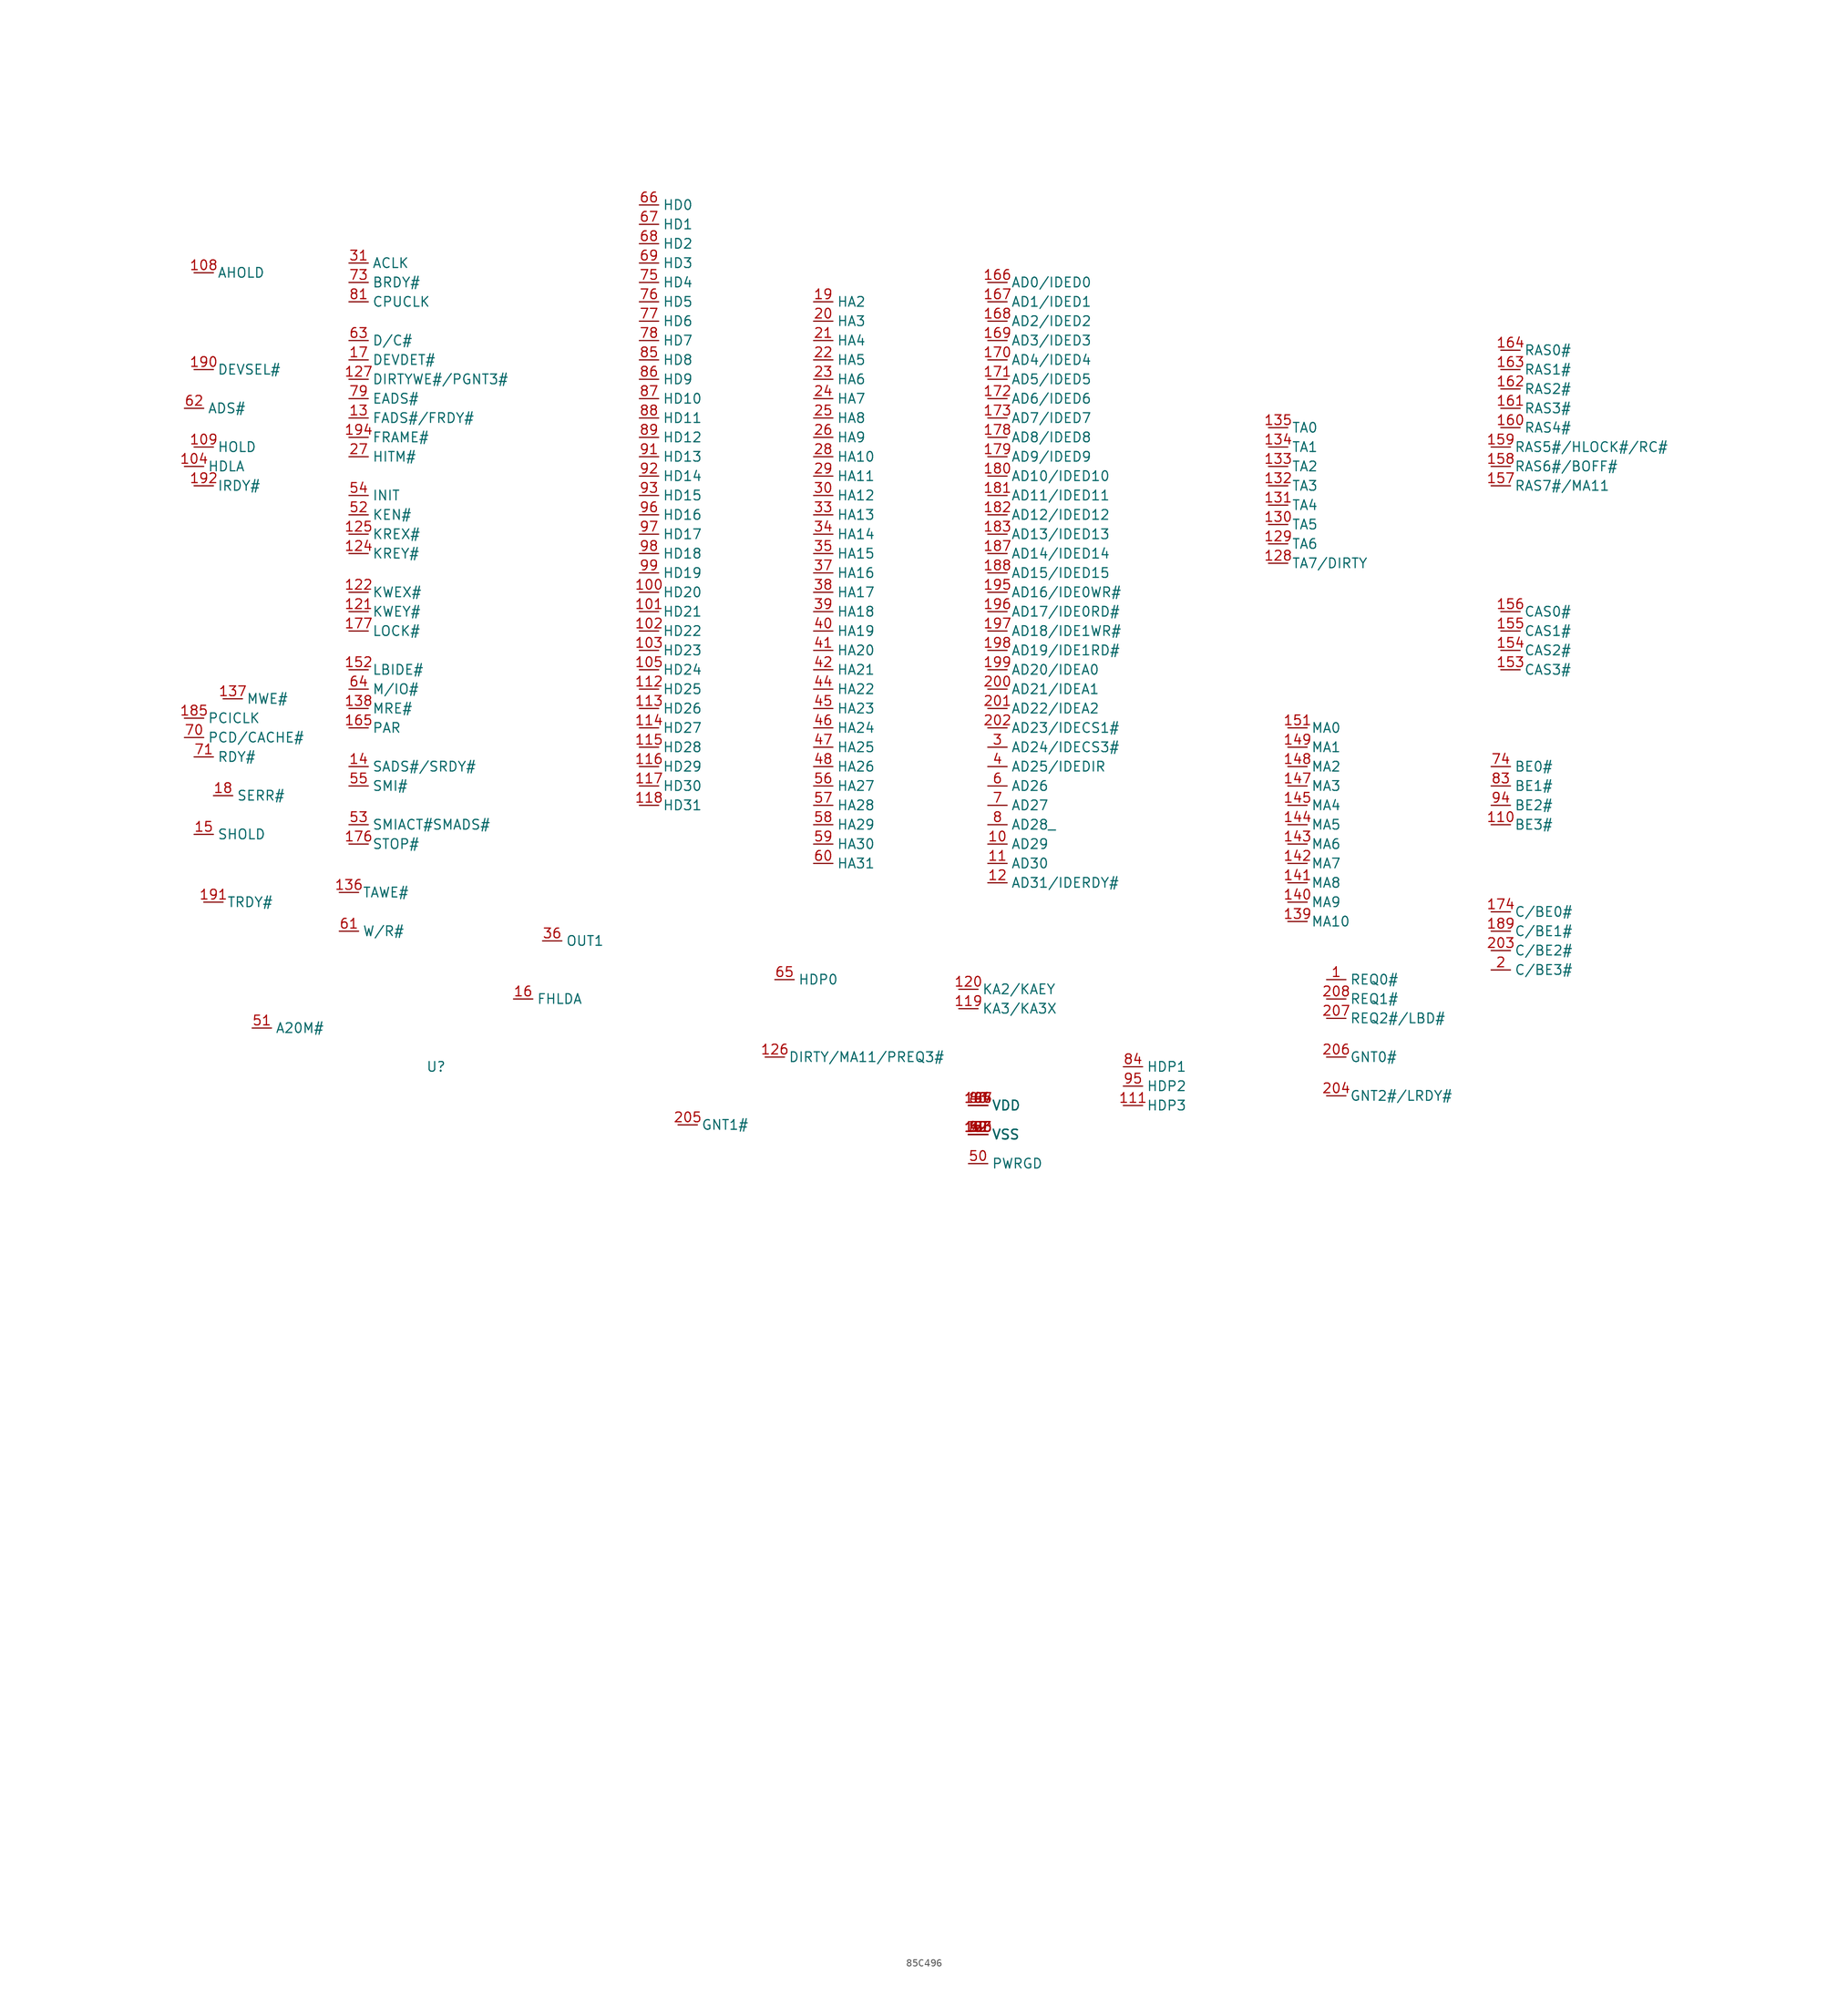
<source format=kicad_sym>
(kicad_symbol_lib
  (version 20241209)
  (generator "kicad_symbol_editor")
  (generator_version "9.0")
  (symbol "85C496"
    (property "Reference" "U"
      (at 33.02 95.25 0)
      (effects (font (size 1.27 1.27))))
    (property "Value" ""
      (at 0 0 0)
      (effects (font (size 1.27 1.27))))
    (symbol "85C496_0_0"
      (pin unspecified line (at 0 181.61 0) (length 2.54) (name "ADS#" (effects (font (size 1.27 1.27)))) (number "62" (effects (font (size 1.27 1.27)))))
      (pin unspecified line (at 0 173.99 0) (length 2.54) (name "HDLA" (effects (font (size 1.27 1.27)))) (number "104" (effects (font (size 1.27 1.27)))))
      (pin unspecified line (at 0 140.97 0) (length 2.54) (name "PCICLK" (effects (font (size 1.27 1.27)))) (number "185" (effects (font (size 1.27 1.27)))))
      (pin unspecified line (at 0 138.43 0) (length 2.54) (name "PCD/CACHE#" (effects (font (size 1.27 1.27)))) (number "70" (effects (font (size 1.27 1.27)))))
      (pin unspecified line (at 1.27 199.39 0) (length 2.54) (name "AHOLD" (effects (font (size 1.27 1.27)))) (number "108" (effects (font (size 1.27 1.27)))))
      (pin unspecified line (at 1.27 186.69 0) (length 2.54) (name "DEVSEL#" (effects (font (size 1.27 1.27)))) (number "190" (effects (font (size 1.27 1.27)))))
      (pin unspecified line (at 1.27 176.53 0) (length 2.54) (name "HOLD" (effects (font (size 1.27 1.27)))) (number "109" (effects (font (size 1.27 1.27)))))
      (pin unspecified line (at 1.27 171.45 0) (length 2.54) (name "IRDY#" (effects (font (size 1.27 1.27)))) (number "192" (effects (font (size 1.27 1.27)))))
      (pin unspecified line (at 1.27 135.89 0) (length 2.54) (name "RDY#" (effects (font (size 1.27 1.27)))) (number "71" (effects (font (size 1.27 1.27)))))
      (pin unspecified line (at 1.27 125.73 0) (length 2.54) (name "SHOLD" (effects (font (size 1.27 1.27)))) (number "15" (effects (font (size 1.27 1.27)))))
      (pin unspecified line (at 2.54 116.84 0) (length 2.54) (name "TRDY#" (effects (font (size 1.27 1.27)))) (number "191" (effects (font (size 1.27 1.27)))))
      (pin unspecified line (at 3.81 130.81 0) (length 2.54) (name "SERR#" (effects (font (size 1.27 1.27)))) (number "18" (effects (font (size 1.27 1.27)))))
      (pin unspecified line (at 5.08 143.51 0) (length 2.54) (name "MWE#" (effects (font (size 1.27 1.27)))) (number "137" (effects (font (size 1.27 1.27)))))
      (pin unspecified line (at 8.89 100.33 0) (length 2.54) (name "A20M#" (effects (font (size 1.27 1.27)))) (number "51" (effects (font (size 1.27 1.27)))))
      (pin unspecified line (at 20.32 118.11 0) (length 2.54) (name "TAWE#" (effects (font (size 1.27 1.27)))) (number "136" (effects (font (size 1.27 1.27)))))
      (pin unspecified line (at 20.32 113.03 0) (length 2.54) (name "W/R#" (effects (font (size 1.27 1.27)))) (number "61" (effects (font (size 1.27 1.27)))))
      (pin unspecified line (at 21.59 200.66 0) (length 2.54) (name "ACLK" (effects (font (size 1.27 1.27)))) (number "31" (effects (font (size 1.27 1.27)))))
      (pin unspecified line (at 21.59 198.12 0) (length 2.54) (name "BRDY#" (effects (font (size 1.27 1.27)))) (number "73" (effects (font (size 1.27 1.27)))))
      (pin unspecified line (at 21.59 195.58 0) (length 2.54) (name "CPUCLK" (effects (font (size 1.27 1.27)))) (number "81" (effects (font (size 1.27 1.27)))))
      (pin unspecified line (at 21.59 190.5 0) (length 2.54) (name "D/C#" (effects (font (size 1.27 1.27)))) (number "63" (effects (font (size 1.27 1.27)))))
      (pin unspecified line (at 21.59 187.96 0) (length 2.54) (name "DEVDET#" (effects (font (size 1.27 1.27)))) (number "17" (effects (font (size 1.27 1.27)))))
      (pin unspecified line (at 21.59 185.42 0) (length 2.54) (name "DIRTYWE#/PGNT3#" (effects (font (size 1.27 1.27)))) (number "127" (effects (font (size 1.27 1.27)))))
      (pin unspecified line (at 21.59 182.88 0) (length 2.54) (name "EADS#" (effects (font (size 1.27 1.27)))) (number "79" (effects (font (size 1.27 1.27)))))
      (pin unspecified line (at 21.59 180.34 0) (length 2.54) (name "FADS#/FRDY#" (effects (font (size 1.27 1.27)))) (number "13" (effects (font (size 1.27 1.27)))))
      (pin unspecified line (at 21.59 177.8 0) (length 2.54) (name "FRAME#" (effects (font (size 1.27 1.27)))) (number "194" (effects (font (size 1.27 1.27)))))
      (pin unspecified line (at 21.59 175.26 0) (length 2.54) (name "HITM#" (effects (font (size 1.27 1.27)))) (number "27" (effects (font (size 1.27 1.27)))))
      (pin unspecified line (at 21.59 170.18 0) (length 2.54) (name "INIT" (effects (font (size 1.27 1.27)))) (number "54" (effects (font (size 1.27 1.27)))))
      (pin unspecified line (at 21.59 167.64 0) (length 2.54) (name "KEN#" (effects (font (size 1.27 1.27)))) (number "52" (effects (font (size 1.27 1.27)))))
      (pin unspecified line (at 21.59 165.1 0) (length 2.54) (name "KREX#" (effects (font (size 1.27 1.27)))) (number "125" (effects (font (size 1.27 1.27)))))
      (pin unspecified line (at 21.59 162.56 0) (length 2.54) (name "KREY#" (effects (font (size 1.27 1.27)))) (number "124" (effects (font (size 1.27 1.27)))))
      (pin unspecified line (at 21.59 157.48 0) (length 2.54) (name "KWEX#" (effects (font (size 1.27 1.27)))) (number "122" (effects (font (size 1.27 1.27)))))
      (pin unspecified line (at 21.59 154.94 0) (length 2.54) (name "KWEY#" (effects (font (size 1.27 1.27)))) (number "121" (effects (font (size 1.27 1.27)))))
      (pin unspecified line (at 21.59 152.4 0) (length 2.54) (name "LOCK#" (effects (font (size 1.27 1.27)))) (number "177" (effects (font (size 1.27 1.27)))))
      (pin unspecified line (at 21.59 147.32 0) (length 2.54) (name "LBIDE#" (effects (font (size 1.27 1.27)))) (number "152" (effects (font (size 1.27 1.27)))))
      (pin unspecified line (at 21.59 144.78 0) (length 2.54) (name "M/IO#" (effects (font (size 1.27 1.27)))) (number "64" (effects (font (size 1.27 1.27)))))
      (pin unspecified line (at 21.59 142.24 0) (length 2.54) (name "MRE#" (effects (font (size 1.27 1.27)))) (number "138" (effects (font (size 1.27 1.27)))))
      (pin unspecified line (at 21.59 139.7 0) (length 2.54) (name "PAR" (effects (font (size 1.27 1.27)))) (number "165" (effects (font (size 1.27 1.27)))))
      (pin unspecified line (at 21.59 134.62 0) (length 2.54) (name "SADS#/SRDY#" (effects (font (size 1.27 1.27)))) (number "14" (effects (font (size 1.27 1.27)))))
      (pin unspecified line (at 21.59 132.08 0) (length 2.54) (name "SMI#" (effects (font (size 1.27 1.27)))) (number "55" (effects (font (size 1.27 1.27)))))
      (pin unspecified line (at 21.59 127 0) (length 2.54) (name "SMIACT#SMADS#" (effects (font (size 1.27 1.27)))) (number "53" (effects (font (size 1.27 1.27)))))
      (pin unspecified line (at 21.59 124.46 0) (length 2.54) (name "STOP#" (effects (font (size 1.27 1.27)))) (number "176" (effects (font (size 1.27 1.27)))))
      (pin unspecified line (at 43.18 104.14 0) (length 2.54) (name "FHLDA" (effects (font (size 1.27 1.27)))) (number "16" (effects (font (size 1.27 1.27)))))
      (pin unspecified line (at 46.99 111.76 0) (length 2.54) (name "OUT1" (effects (font (size 1.27 1.27)))) (number "36" (effects (font (size 1.27 1.27)))))
      (pin unspecified line (at 59.69 208.28 0) (length 2.54) (name "HD0" (effects (font (size 1.27 1.27)))) (number "66" (effects (font (size 1.27 1.27)))))
      (pin unspecified line (at 59.69 205.74 0) (length 2.54) (name "HD1" (effects (font (size 1.27 1.27)))) (number "67" (effects (font (size 1.27 1.27)))))
      (pin unspecified line (at 59.69 203.2 0) (length 2.54) (name "HD2" (effects (font (size 1.27 1.27)))) (number "68" (effects (font (size 1.27 1.27)))))
      (pin unspecified line (at 59.69 200.66 0) (length 2.54) (name "HD3" (effects (font (size 1.27 1.27)))) (number "69" (effects (font (size 1.27 1.27)))))
      (pin unspecified line (at 59.69 198.12 0) (length 2.54) (name "HD4" (effects (font (size 1.27 1.27)))) (number "75" (effects (font (size 1.27 1.27)))))
      (pin unspecified line (at 59.69 195.58 0) (length 2.54) (name "HD5" (effects (font (size 1.27 1.27)))) (number "76" (effects (font (size 1.27 1.27)))))
      (pin unspecified line (at 59.69 193.04 0) (length 2.54) (name "HD6" (effects (font (size 1.27 1.27)))) (number "77" (effects (font (size 1.27 1.27)))))
      (pin unspecified line (at 59.69 190.5 0) (length 2.54) (name "HD7" (effects (font (size 1.27 1.27)))) (number "78" (effects (font (size 1.27 1.27)))))
      (pin unspecified line (at 59.69 187.96 0) (length 2.54) (name "HD8" (effects (font (size 1.27 1.27)))) (number "85" (effects (font (size 1.27 1.27)))))
      (pin unspecified line (at 59.69 185.42 0) (length 2.54) (name "HD9" (effects (font (size 1.27 1.27)))) (number "86" (effects (font (size 1.27 1.27)))))
      (pin unspecified line (at 59.69 182.88 0) (length 2.54) (name "HD10" (effects (font (size 1.27 1.27)))) (number "87" (effects (font (size 1.27 1.27)))))
      (pin unspecified line (at 59.69 180.34 0) (length 2.54) (name "HD11" (effects (font (size 1.27 1.27)))) (number "88" (effects (font (size 1.27 1.27)))))
      (pin unspecified line (at 59.69 177.8 0) (length 2.54) (name "HD12" (effects (font (size 1.27 1.27)))) (number "89" (effects (font (size 1.27 1.27)))))
      (pin unspecified line (at 59.69 175.26 0) (length 2.54) (name "HD13" (effects (font (size 1.27 1.27)))) (number "91" (effects (font (size 1.27 1.27)))))
      (pin unspecified line (at 59.69 172.72 0) (length 2.54) (name "HD14" (effects (font (size 1.27 1.27)))) (number "92" (effects (font (size 1.27 1.27)))))
      (pin unspecified line (at 59.69 170.18 0) (length 2.54) (name "HD15" (effects (font (size 1.27 1.27)))) (number "93" (effects (font (size 1.27 1.27)))))
      (pin unspecified line (at 59.69 167.64 0) (length 2.54) (name "HD16" (effects (font (size 1.27 1.27)))) (number "96" (effects (font (size 1.27 1.27)))))
      (pin unspecified line (at 59.69 165.1 0) (length 2.54) (name "HD17" (effects (font (size 1.27 1.27)))) (number "97" (effects (font (size 1.27 1.27)))))
      (pin unspecified line (at 59.69 162.56 0) (length 2.54) (name "HD18" (effects (font (size 1.27 1.27)))) (number "98" (effects (font (size 1.27 1.27)))))
      (pin unspecified line (at 59.69 160.02 0) (length 2.54) (name "HD19" (effects (font (size 1.27 1.27)))) (number "99" (effects (font (size 1.27 1.27)))))
      (pin unspecified line (at 59.69 157.48 0) (length 2.54) (name "HD20" (effects (font (size 1.27 1.27)))) (number "100" (effects (font (size 1.27 1.27)))))
      (pin unspecified line (at 59.69 154.94 0) (length 2.54) (name "HD21" (effects (font (size 1.27 1.27)))) (number "101" (effects (font (size 1.27 1.27)))))
      (pin unspecified line (at 59.69 152.4 0) (length 2.54) (name "HD22" (effects (font (size 1.27 1.27)))) (number "102" (effects (font (size 1.27 1.27)))))
      (pin unspecified line (at 59.69 149.86 0) (length 2.54) (name "HD23" (effects (font (size 1.27 1.27)))) (number "103" (effects (font (size 1.27 1.27)))))
      (pin unspecified line (at 59.69 147.32 0) (length 2.54) (name "HD24" (effects (font (size 1.27 1.27)))) (number "105" (effects (font (size 1.27 1.27)))))
      (pin unspecified line (at 59.69 144.78 0) (length 2.54) (name "HD25" (effects (font (size 1.27 1.27)))) (number "112" (effects (font (size 1.27 1.27)))))
      (pin unspecified line (at 59.69 142.24 0) (length 2.54) (name "HD26" (effects (font (size 1.27 1.27)))) (number "113" (effects (font (size 1.27 1.27)))))
      (pin unspecified line (at 59.69 139.7 0) (length 2.54) (name "HD27" (effects (font (size 1.27 1.27)))) (number "114" (effects (font (size 1.27 1.27)))))
      (pin unspecified line (at 59.69 137.16 0) (length 2.54) (name "HD28" (effects (font (size 1.27 1.27)))) (number "115" (effects (font (size 1.27 1.27)))))
      (pin unspecified line (at 59.69 134.62 0) (length 2.54) (name "HD29" (effects (font (size 1.27 1.27)))) (number "116" (effects (font (size 1.27 1.27)))))
      (pin unspecified line (at 59.69 132.08 0) (length 2.54) (name "HD30" (effects (font (size 1.27 1.27)))) (number "117" (effects (font (size 1.27 1.27)))))
      (pin unspecified line (at 59.69 129.54 0) (length 2.54) (name "HD31" (effects (font (size 1.27 1.27)))) (number "118" (effects (font (size 1.27 1.27)))))
      (pin unspecified line (at 64.77 87.63 0) (length 2.54) (name "GNT1#" (effects (font (size 1.27 1.27)))) (number "205" (effects (font (size 1.27 1.27)))))
      (pin unspecified line (at 76.2 96.52 0) (length 2.54) (name "DIRTY/MA11/PREQ3#" (effects (font (size 1.27 1.27)))) (number "126" (effects (font (size 1.27 1.27)))))
      (pin unspecified line (at 77.47 106.68 0) (length 2.54) (name "HDP0" (effects (font (size 1.27 1.27)))) (number "65" (effects (font (size 1.27 1.27)))))
      (pin unspecified line (at 82.55 195.58 0) (length 2.54) (name "HA2" (effects (font (size 1.27 1.27)))) (number "19" (effects (font (size 1.27 1.27)))))
      (pin unspecified line (at 82.55 193.04 0) (length 2.54) (name "HA3" (effects (font (size 1.27 1.27)))) (number "20" (effects (font (size 1.27 1.27)))))
      (pin unspecified line (at 82.55 190.5 0) (length 2.54) (name "HA4" (effects (font (size 1.27 1.27)))) (number "21" (effects (font (size 1.27 1.27)))))
      (pin unspecified line (at 82.55 187.96 0) (length 2.54) (name "HA5" (effects (font (size 1.27 1.27)))) (number "22" (effects (font (size 1.27 1.27)))))
      (pin unspecified line (at 82.55 185.42 0) (length 2.54) (name "HA6" (effects (font (size 1.27 1.27)))) (number "23" (effects (font (size 1.27 1.27)))))
      (pin unspecified line (at 82.55 182.88 0) (length 2.54) (name "HA7" (effects (font (size 1.27 1.27)))) (number "24" (effects (font (size 1.27 1.27)))))
      (pin unspecified line (at 82.55 180.34 0) (length 2.54) (name "HA8" (effects (font (size 1.27 1.27)))) (number "25" (effects (font (size 1.27 1.27)))))
      (pin unspecified line (at 82.55 177.8 0) (length 2.54) (name "HA9" (effects (font (size 1.27 1.27)))) (number "26" (effects (font (size 1.27 1.27)))))
      (pin unspecified line (at 82.55 175.26 0) (length 2.54) (name "HA10" (effects (font (size 1.27 1.27)))) (number "28" (effects (font (size 1.27 1.27)))))
      (pin unspecified line (at 82.55 172.72 0) (length 2.54) (name "HA11" (effects (font (size 1.27 1.27)))) (number "29" (effects (font (size 1.27 1.27)))))
      (pin unspecified line (at 82.55 170.18 0) (length 2.54) (name "HA12" (effects (font (size 1.27 1.27)))) (number "30" (effects (font (size 1.27 1.27)))))
      (pin unspecified line (at 82.55 167.64 0) (length 2.54) (name "HA13" (effects (font (size 1.27 1.27)))) (number "33" (effects (font (size 1.27 1.27)))))
      (pin unspecified line (at 82.55 165.1 0) (length 2.54) (name "HA14" (effects (font (size 1.27 1.27)))) (number "34" (effects (font (size 1.27 1.27)))))
      (pin unspecified line (at 82.55 162.56 0) (length 2.54) (name "HA15" (effects (font (size 1.27 1.27)))) (number "35" (effects (font (size 1.27 1.27)))))
      (pin unspecified line (at 82.55 160.02 0) (length 2.54) (name "HA16" (effects (font (size 1.27 1.27)))) (number "37" (effects (font (size 1.27 1.27)))))
      (pin unspecified line (at 82.55 157.48 0) (length 2.54) (name "HA17" (effects (font (size 1.27 1.27)))) (number "38" (effects (font (size 1.27 1.27)))))
      (pin unspecified line (at 82.55 154.94 0) (length 2.54) (name "HA18" (effects (font (size 1.27 1.27)))) (number "39" (effects (font (size 1.27 1.27)))))
      (pin unspecified line (at 82.55 152.4 0) (length 2.54) (name "HA19" (effects (font (size 1.27 1.27)))) (number "40" (effects (font (size 1.27 1.27)))))
      (pin unspecified line (at 82.55 149.86 0) (length 2.54) (name "HA20" (effects (font (size 1.27 1.27)))) (number "41" (effects (font (size 1.27 1.27)))))
      (pin unspecified line (at 82.55 147.32 0) (length 2.54) (name "HA21" (effects (font (size 1.27 1.27)))) (number "42" (effects (font (size 1.27 1.27)))))
      (pin unspecified line (at 82.55 144.78 0) (length 2.54) (name "HA22" (effects (font (size 1.27 1.27)))) (number "44" (effects (font (size 1.27 1.27)))))
      (pin unspecified line (at 82.55 142.24 0) (length 2.54) (name "HA23" (effects (font (size 1.27 1.27)))) (number "45" (effects (font (size 1.27 1.27)))))
      (pin unspecified line (at 82.55 139.7 0) (length 2.54) (name "HA24" (effects (font (size 1.27 1.27)))) (number "46" (effects (font (size 1.27 1.27)))))
      (pin unspecified line (at 82.55 137.16 0) (length 2.54) (name "HA25" (effects (font (size 1.27 1.27)))) (number "47" (effects (font (size 1.27 1.27)))))
      (pin unspecified line (at 82.55 134.62 0) (length 2.54) (name "HA26" (effects (font (size 1.27 1.27)))) (number "48" (effects (font (size 1.27 1.27)))))
      (pin unspecified line (at 82.55 132.08 0) (length 2.54) (name "HA27" (effects (font (size 1.27 1.27)))) (number "56" (effects (font (size 1.27 1.27)))))
      (pin unspecified line (at 82.55 129.54 0) (length 2.54) (name "HA28" (effects (font (size 1.27 1.27)))) (number "57" (effects (font (size 1.27 1.27)))))
      (pin unspecified line (at 82.55 127 0) (length 2.54) (name "HA29" (effects (font (size 1.27 1.27)))) (number "58" (effects (font (size 1.27 1.27)))))
      (pin unspecified line (at 82.55 124.46 0) (length 2.54) (name "HA30" (effects (font (size 1.27 1.27)))) (number "59" (effects (font (size 1.27 1.27)))))
      (pin unspecified line (at 82.55 121.92 0) (length 2.54) (name "HA31" (effects (font (size 1.27 1.27)))) (number "60" (effects (font (size 1.27 1.27)))))
      (pin unspecified line (at 101.6 105.41 0) (length 2.54) (name "KA2/KAEY" (effects (font (size 1.27 1.27)))) (number "120" (effects (font (size 1.27 1.27)))))
      (pin unspecified line (at 101.6 102.87 0) (length 2.54) (name "KA3/KA3X" (effects (font (size 1.27 1.27)))) (number "119" (effects (font (size 1.27 1.27)))))
      (pin unspecified line (at 102.87 90.17 0) (length 2.54) (name "VDD" (effects (font (size 1.27 1.27)))) (number "107" (effects (font (size 1.27 1.27)))))
      (pin unspecified line (at 102.87 90.17 0) (length 2.54) (name "VDD" (effects (font (size 1.27 1.27)))) (number "146" (effects (font (size 1.27 1.27)))))
      (pin unspecified line (at 102.87 90.17 0) (length 2.54) (name "VDD" (effects (font (size 1.27 1.27)))) (number "184" (effects (font (size 1.27 1.27)))))
      (pin unspecified line (at 102.87 90.17 0) (length 2.54) (name "VDD" (effects (font (size 1.27 1.27)))) (number "43" (effects (font (size 1.27 1.27)))))
      (pin unspecified line (at 102.87 90.17 0) (length 2.54) (name "VDD" (effects (font (size 1.27 1.27)))) (number "80" (effects (font (size 1.27 1.27)))))
      (pin unspecified line (at 102.87 90.17 0) (length 2.54) (name "VDD" (effects (font (size 1.27 1.27)))) (number "9" (effects (font (size 1.27 1.27)))))
      (pin unspecified line (at 102.87 86.36 0) (length 2.54) (name "VSS" (effects (font (size 1.27 1.27)))) (number "106" (effects (font (size 1.27 1.27)))))
      (pin unspecified line (at 102.87 86.36 0) (length 2.54) (name "VSS" (effects (font (size 1.27 1.27)))) (number "123" (effects (font (size 1.27 1.27)))))
      (pin unspecified line (at 102.87 86.36 0) (length 2.54) (name "VSS" (effects (font (size 1.27 1.27)))) (number "150" (effects (font (size 1.27 1.27)))))
      (pin unspecified line (at 102.87 86.36 0) (length 2.54) (name "VSS" (effects (font (size 1.27 1.27)))) (number "175" (effects (font (size 1.27 1.27)))))
      (pin unspecified line (at 102.87 86.36 0) (length 2.54) (name "VSS" (effects (font (size 1.27 1.27)))) (number "186" (effects (font (size 1.27 1.27)))))
      (pin unspecified line (at 102.87 86.36 0) (length 2.54) (name "VSS" (effects (font (size 1.27 1.27)))) (number "193" (effects (font (size 1.27 1.27)))))
      (pin unspecified line (at 102.87 86.36 0) (length 2.54) (name "VSS" (effects (font (size 1.27 1.27)))) (number "32" (effects (font (size 1.27 1.27)))))
      (pin unspecified line (at 102.87 86.36 0) (length 2.54) (name "VSS" (effects (font (size 1.27 1.27)))) (number "49" (effects (font (size 1.27 1.27)))))
      (pin unspecified line (at 102.87 86.36 0) (length 2.54) (name "VSS" (effects (font (size 1.27 1.27)))) (number "5" (effects (font (size 1.27 1.27)))))
      (pin unspecified line (at 102.87 86.36 0) (length 2.54) (name "VSS" (effects (font (size 1.27 1.27)))) (number "72" (effects (font (size 1.27 1.27)))))
      (pin unspecified line (at 102.87 86.36 0) (length 2.54) (name "VSS" (effects (font (size 1.27 1.27)))) (number "82" (effects (font (size 1.27 1.27)))))
      (pin unspecified line (at 102.87 86.36 0) (length 2.54) (name "VSS" (effects (font (size 1.27 1.27)))) (number "90" (effects (font (size 1.27 1.27)))))
      (pin unspecified line (at 102.87 82.55 0) (length 2.54) (name "PWRGD" (effects (font (size 1.27 1.27)))) (number "50" (effects (font (size 1.27 1.27)))))
      (pin unspecified line (at 105.41 198.12 0) (length 2.54) (name "AD0/IDED0" (effects (font (size 1.27 1.27)))) (number "166" (effects (font (size 1.27 1.27)))))
      (pin unspecified line (at 105.41 195.58 0) (length 2.54) (name "AD1/IDED1" (effects (font (size 1.27 1.27)))) (number "167" (effects (font (size 1.27 1.27)))))
      (pin unspecified line (at 105.41 193.04 0) (length 2.54) (name "AD2/IDED2" (effects (font (size 1.27 1.27)))) (number "168" (effects (font (size 1.27 1.27)))))
      (pin unspecified line (at 105.41 190.5 0) (length 2.54) (name "AD3/IDED3" (effects (font (size 1.27 1.27)))) (number "169" (effects (font (size 1.27 1.27)))))
      (pin unspecified line (at 105.41 187.96 0) (length 2.54) (name "AD4/IDED4" (effects (font (size 1.27 1.27)))) (number "170" (effects (font (size 1.27 1.27)))))
      (pin unspecified line (at 105.41 185.42 0) (length 2.54) (name "AD5/IDED5" (effects (font (size 1.27 1.27)))) (number "171" (effects (font (size 1.27 1.27)))))
      (pin unspecified line (at 105.41 182.88 0) (length 2.54) (name "AD6/IDED6" (effects (font (size 1.27 1.27)))) (number "172" (effects (font (size 1.27 1.27)))))
      (pin unspecified line (at 105.41 180.34 0) (length 2.54) (name "AD7/IDED7" (effects (font (size 1.27 1.27)))) (number "173" (effects (font (size 1.27 1.27)))))
      (pin unspecified line (at 105.41 177.8 0) (length 2.54) (name "AD8/IDED8" (effects (font (size 1.27 1.27)))) (number "178" (effects (font (size 1.27 1.27)))))
      (pin unspecified line (at 105.41 175.26 0) (length 2.54) (name "AD9/IDED9" (effects (font (size 1.27 1.27)))) (number "179" (effects (font (size 1.27 1.27)))))
      (pin unspecified line (at 105.41 172.72 0) (length 2.54) (name "AD10/IDED10" (effects (font (size 1.27 1.27)))) (number "180" (effects (font (size 1.27 1.27)))))
      (pin unspecified line (at 105.41 170.18 0) (length 2.54) (name "AD11/IDED11" (effects (font (size 1.27 1.27)))) (number "181" (effects (font (size 1.27 1.27)))))
      (pin unspecified line (at 105.41 167.64 0) (length 2.54) (name "AD12/IDED12" (effects (font (size 1.27 1.27)))) (number "182" (effects (font (size 1.27 1.27)))))
      (pin unspecified line (at 105.41 165.1 0) (length 2.54) (name "AD13/IDED13" (effects (font (size 1.27 1.27)))) (number "183" (effects (font (size 1.27 1.27)))))
      (pin unspecified line (at 105.41 162.56 0) (length 2.54) (name "AD14/IDED14" (effects (font (size 1.27 1.27)))) (number "187" (effects (font (size 1.27 1.27)))))
      (pin unspecified line (at 105.41 160.02 0) (length 2.54) (name "AD15/IDED15" (effects (font (size 1.27 1.27)))) (number "188" (effects (font (size 1.27 1.27)))))
      (pin unspecified line (at 105.41 157.48 0) (length 2.54) (name "AD16/IDE0WR#" (effects (font (size 1.27 1.27)))) (number "195" (effects (font (size 1.27 1.27)))))
      (pin unspecified line (at 105.41 154.94 0) (length 2.54) (name "AD17/IDE0RD#" (effects (font (size 1.27 1.27)))) (number "196" (effects (font (size 1.27 1.27)))))
      (pin unspecified line (at 105.41 152.4 0) (length 2.54) (name "AD18/IDE1WR#" (effects (font (size 1.27 1.27)))) (number "197" (effects (font (size 1.27 1.27)))))
      (pin unspecified line (at 105.41 149.86 0) (length 2.54) (name "AD19/IDE1RD#" (effects (font (size 1.27 1.27)))) (number "198" (effects (font (size 1.27 1.27)))))
      (pin unspecified line (at 105.41 147.32 0) (length 2.54) (name "AD20/IDEA0" (effects (font (size 1.27 1.27)))) (number "199" (effects (font (size 1.27 1.27)))))
      (pin unspecified line (at 105.41 144.78 0) (length 2.54) (name "AD21/IDEA1" (effects (font (size 1.27 1.27)))) (number "200" (effects (font (size 1.27 1.27)))))
      (pin unspecified line (at 105.41 142.24 0) (length 2.54) (name "AD22/IDEA2" (effects (font (size 1.27 1.27)))) (number "201" (effects (font (size 1.27 1.27)))))
      (pin unspecified line (at 105.41 139.7 0) (length 2.54) (name "AD23/IDECS1#" (effects (font (size 1.27 1.27)))) (number "202" (effects (font (size 1.27 1.27)))))
      (pin unspecified line (at 105.41 137.16 0) (length 2.54) (name "AD24/IDECS3#" (effects (font (size 1.27 1.27)))) (number "3" (effects (font (size 1.27 1.27)))))
      (pin unspecified line (at 105.41 134.62 0) (length 2.54) (name "AD25/IDEDIR" (effects (font (size 1.27 1.27)))) (number "4" (effects (font (size 1.27 1.27)))))
      (pin unspecified line (at 105.41 132.08 0) (length 2.54) (name "AD26" (effects (font (size 1.27 1.27)))) (number "6" (effects (font (size 1.27 1.27)))))
      (pin unspecified line (at 105.41 129.54 0) (length 2.54) (name "AD27" (effects (font (size 1.27 1.27)))) (number "7" (effects (font (size 1.27 1.27)))))
      (pin unspecified line (at 105.41 127 0) (length 2.54) (name "AD28_" (effects (font (size 1.27 1.27)))) (number "8" (effects (font (size 1.27 1.27)))))
      (pin unspecified line (at 105.41 124.46 0) (length 2.54) (name "AD29" (effects (font (size 1.27 1.27)))) (number "10" (effects (font (size 1.27 1.27)))))
      (pin unspecified line (at 105.41 121.92 0) (length 2.54) (name "AD30" (effects (font (size 1.27 1.27)))) (number "11" (effects (font (size 1.27 1.27)))))
      (pin unspecified line (at 105.41 119.38 0) (length 2.54) (name "AD31/IDERDY#" (effects (font (size 1.27 1.27)))) (number "12" (effects (font (size 1.27 1.27)))))
      (pin unspecified line (at 123.19 95.25 0) (length 2.54) (name "HDP1" (effects (font (size 1.27 1.27)))) (number "84" (effects (font (size 1.27 1.27)))))
      (pin unspecified line (at 123.19 92.71 0) (length 2.54) (name "HDP2" (effects (font (size 1.27 1.27)))) (number "95" (effects (font (size 1.27 1.27)))))
      (pin unspecified line (at 123.19 90.17 0) (length 2.54) (name "HDP3" (effects (font (size 1.27 1.27)))) (number "111" (effects (font (size 1.27 1.27)))))
      (pin unspecified line (at 142.24 179.07 0) (length 2.54) (name "TA0" (effects (font (size 1.27 1.27)))) (number "135" (effects (font (size 1.27 1.27)))))
      (pin unspecified line (at 142.24 176.53 0) (length 2.54) (name "TA1" (effects (font (size 1.27 1.27)))) (number "134" (effects (font (size 1.27 1.27)))))
      (pin unspecified line (at 142.24 173.99 0) (length 2.54) (name "TA2" (effects (font (size 1.27 1.27)))) (number "133" (effects (font (size 1.27 1.27)))))
      (pin unspecified line (at 142.24 171.45 0) (length 2.54) (name "TA3" (effects (font (size 1.27 1.27)))) (number "132" (effects (font (size 1.27 1.27)))))
      (pin unspecified line (at 142.24 168.91 0) (length 2.54) (name "TA4" (effects (font (size 1.27 1.27)))) (number "131" (effects (font (size 1.27 1.27)))))
      (pin unspecified line (at 142.24 166.37 0) (length 2.54) (name "TA5" (effects (font (size 1.27 1.27)))) (number "130" (effects (font (size 1.27 1.27)))))
      (pin unspecified line (at 142.24 163.83 0) (length 2.54) (name "TA6" (effects (font (size 1.27 1.27)))) (number "129" (effects (font (size 1.27 1.27)))))
      (pin unspecified line (at 142.24 161.29 0) (length 2.54) (name "TA7/DIRTY" (effects (font (size 1.27 1.27)))) (number "128" (effects (font (size 1.27 1.27)))))
      (pin unspecified line (at 144.78 139.7 0) (length 2.54) (name "MA0" (effects (font (size 1.27 1.27)))) (number "151" (effects (font (size 1.27 1.27)))))
      (pin unspecified line (at 144.78 137.16 0) (length 2.54) (name "MA1" (effects (font (size 1.27 1.27)))) (number "149" (effects (font (size 1.27 1.27)))))
      (pin unspecified line (at 144.78 134.62 0) (length 2.54) (name "MA2" (effects (font (size 1.27 1.27)))) (number "148" (effects (font (size 1.27 1.27)))))
      (pin unspecified line (at 144.78 132.08 0) (length 2.54) (name "MA3" (effects (font (size 1.27 1.27)))) (number "147" (effects (font (size 1.27 1.27)))))
      (pin unspecified line (at 144.78 129.54 0) (length 2.54) (name "MA4" (effects (font (size 1.27 1.27)))) (number "145" (effects (font (size 1.27 1.27)))))
      (pin unspecified line (at 144.78 127 0) (length 2.54) (name "MA5" (effects (font (size 1.27 1.27)))) (number "144" (effects (font (size 1.27 1.27)))))
      (pin unspecified line (at 144.78 124.46 0) (length 2.54) (name "MA6" (effects (font (size 1.27 1.27)))) (number "143" (effects (font (size 1.27 1.27)))))
      (pin unspecified line (at 144.78 121.92 0) (length 2.54) (name "MA7" (effects (font (size 1.27 1.27)))) (number "142" (effects (font (size 1.27 1.27)))))
      (pin unspecified line (at 144.78 119.38 0) (length 2.54) (name "MA8" (effects (font (size 1.27 1.27)))) (number "141" (effects (font (size 1.27 1.27)))))
      (pin unspecified line (at 144.78 116.84 0) (length 2.54) (name "MA9" (effects (font (size 1.27 1.27)))) (number "140" (effects (font (size 1.27 1.27)))))
      (pin unspecified line (at 144.78 114.3 0) (length 2.54) (name "MA10" (effects (font (size 1.27 1.27)))) (number "139" (effects (font (size 1.27 1.27)))))
      (pin unspecified line (at 149.86 106.68 0) (length 2.54) (name "REQ0#" (effects (font (size 1.27 1.27)))) (number "1" (effects (font (size 1.27 1.27)))))
      (pin unspecified line (at 149.86 104.14 0) (length 2.54) (name "REQ1#" (effects (font (size 1.27 1.27)))) (number "208" (effects (font (size 1.27 1.27)))))
      (pin unspecified line (at 149.86 101.6 0) (length 2.54) (name "REQ2#/LBD#" (effects (font (size 1.27 1.27)))) (number "207" (effects (font (size 1.27 1.27)))))
      (pin unspecified line (at 149.86 96.52 0) (length 2.54) (name "GNT0#" (effects (font (size 1.27 1.27)))) (number "206" (effects (font (size 1.27 1.27)))))
      (pin unspecified line (at 149.86 91.44 0) (length 2.54) (name "GNT2#/LRDY#" (effects (font (size 1.27 1.27)))) (number "204" (effects (font (size 1.27 1.27)))))
      (pin unspecified line (at 171.45 176.53 0) (length 2.54) (name "RAS5#/HLOCK#/RC#" (effects (font (size 1.27 1.27)))) (number "159" (effects (font (size 1.27 1.27)))))
      (pin unspecified line (at 171.45 173.99 0) (length 2.54) (name "RAS6#/BOFF#" (effects (font (size 1.27 1.27)))) (number "158" (effects (font (size 1.27 1.27)))))
      (pin unspecified line (at 171.45 171.45 0) (length 2.54) (name "RAS7#/MA11" (effects (font (size 1.27 1.27)))) (number "157" (effects (font (size 1.27 1.27)))))
      (pin unspecified line (at 171.45 134.62 0) (length 2.54) (name "BE0#" (effects (font (size 1.27 1.27)))) (number "74" (effects (font (size 1.27 1.27)))))
      (pin unspecified line (at 171.45 132.08 0) (length 2.54) (name "BE1#" (effects (font (size 1.27 1.27)))) (number "83" (effects (font (size 1.27 1.27)))))
      (pin unspecified line (at 171.45 129.54 0) (length 2.54) (name "BE2#" (effects (font (size 1.27 1.27)))) (number "94" (effects (font (size 1.27 1.27)))))
      (pin unspecified line (at 171.45 127 0) (length 2.54) (name "BE3#" (effects (font (size 1.27 1.27)))) (number "110" (effects (font (size 1.27 1.27)))))
      (pin unspecified line (at 171.45 115.57 0) (length 2.54) (name "C/BE0#" (effects (font (size 1.27 1.27)))) (number "174" (effects (font (size 1.27 1.27)))))
      (pin unspecified line (at 171.45 113.03 0) (length 2.54) (name "C/BE1#" (effects (font (size 1.27 1.27)))) (number "189" (effects (font (size 1.27 1.27)))))
      (pin unspecified line (at 171.45 110.49 0) (length 2.54) (name "C/BE2#" (effects (font (size 1.27 1.27)))) (number "203" (effects (font (size 1.27 1.27)))))
      (pin unspecified line (at 171.45 107.95 0) (length 2.54) (name "C/BE3#" (effects (font (size 1.27 1.27)))) (number "2" (effects (font (size 1.27 1.27)))))
      (pin unspecified line (at 172.72 189.23 0) (length 2.54) (name "RAS0#" (effects (font (size 1.27 1.27)))) (number "164" (effects (font (size 1.27 1.27)))))
      (pin unspecified line (at 172.72 186.69 0) (length 2.54) (name "RAS1#" (effects (font (size 1.27 1.27)))) (number "163" (effects (font (size 1.27 1.27)))))
      (pin unspecified line (at 172.72 184.15 0) (length 2.54) (name "RAS2#" (effects (font (size 1.27 1.27)))) (number "162" (effects (font (size 1.27 1.27)))))
      (pin unspecified line (at 172.72 181.61 0) (length 2.54) (name "RAS3#" (effects (font (size 1.27 1.27)))) (number "161" (effects (font (size 1.27 1.27)))))
      (pin unspecified line (at 172.72 179.07 0) (length 2.54) (name "RAS4#" (effects (font (size 1.27 1.27)))) (number "160" (effects (font (size 1.27 1.27)))))
      (pin unspecified line (at 172.72 154.94 0) (length 2.54) (name "CAS0#" (effects (font (size 1.27 1.27)))) (number "156" (effects (font (size 1.27 1.27)))))
      (pin unspecified line (at 172.72 152.4 0) (length 2.54) (name "CAS1#" (effects (font (size 1.27 1.27)))) (number "155" (effects (font (size 1.27 1.27)))))
      (pin unspecified line (at 172.72 149.86 0) (length 2.54) (name "CAS2#" (effects (font (size 1.27 1.27)))) (number "154" (effects (font (size 1.27 1.27)))))
      (pin unspecified line (at 172.72 147.32 0) (length 2.54) (name "CAS3#" (effects (font (size 1.27 1.27)))) (number "153" (effects (font (size 1.27 1.27))))))))
</source>
